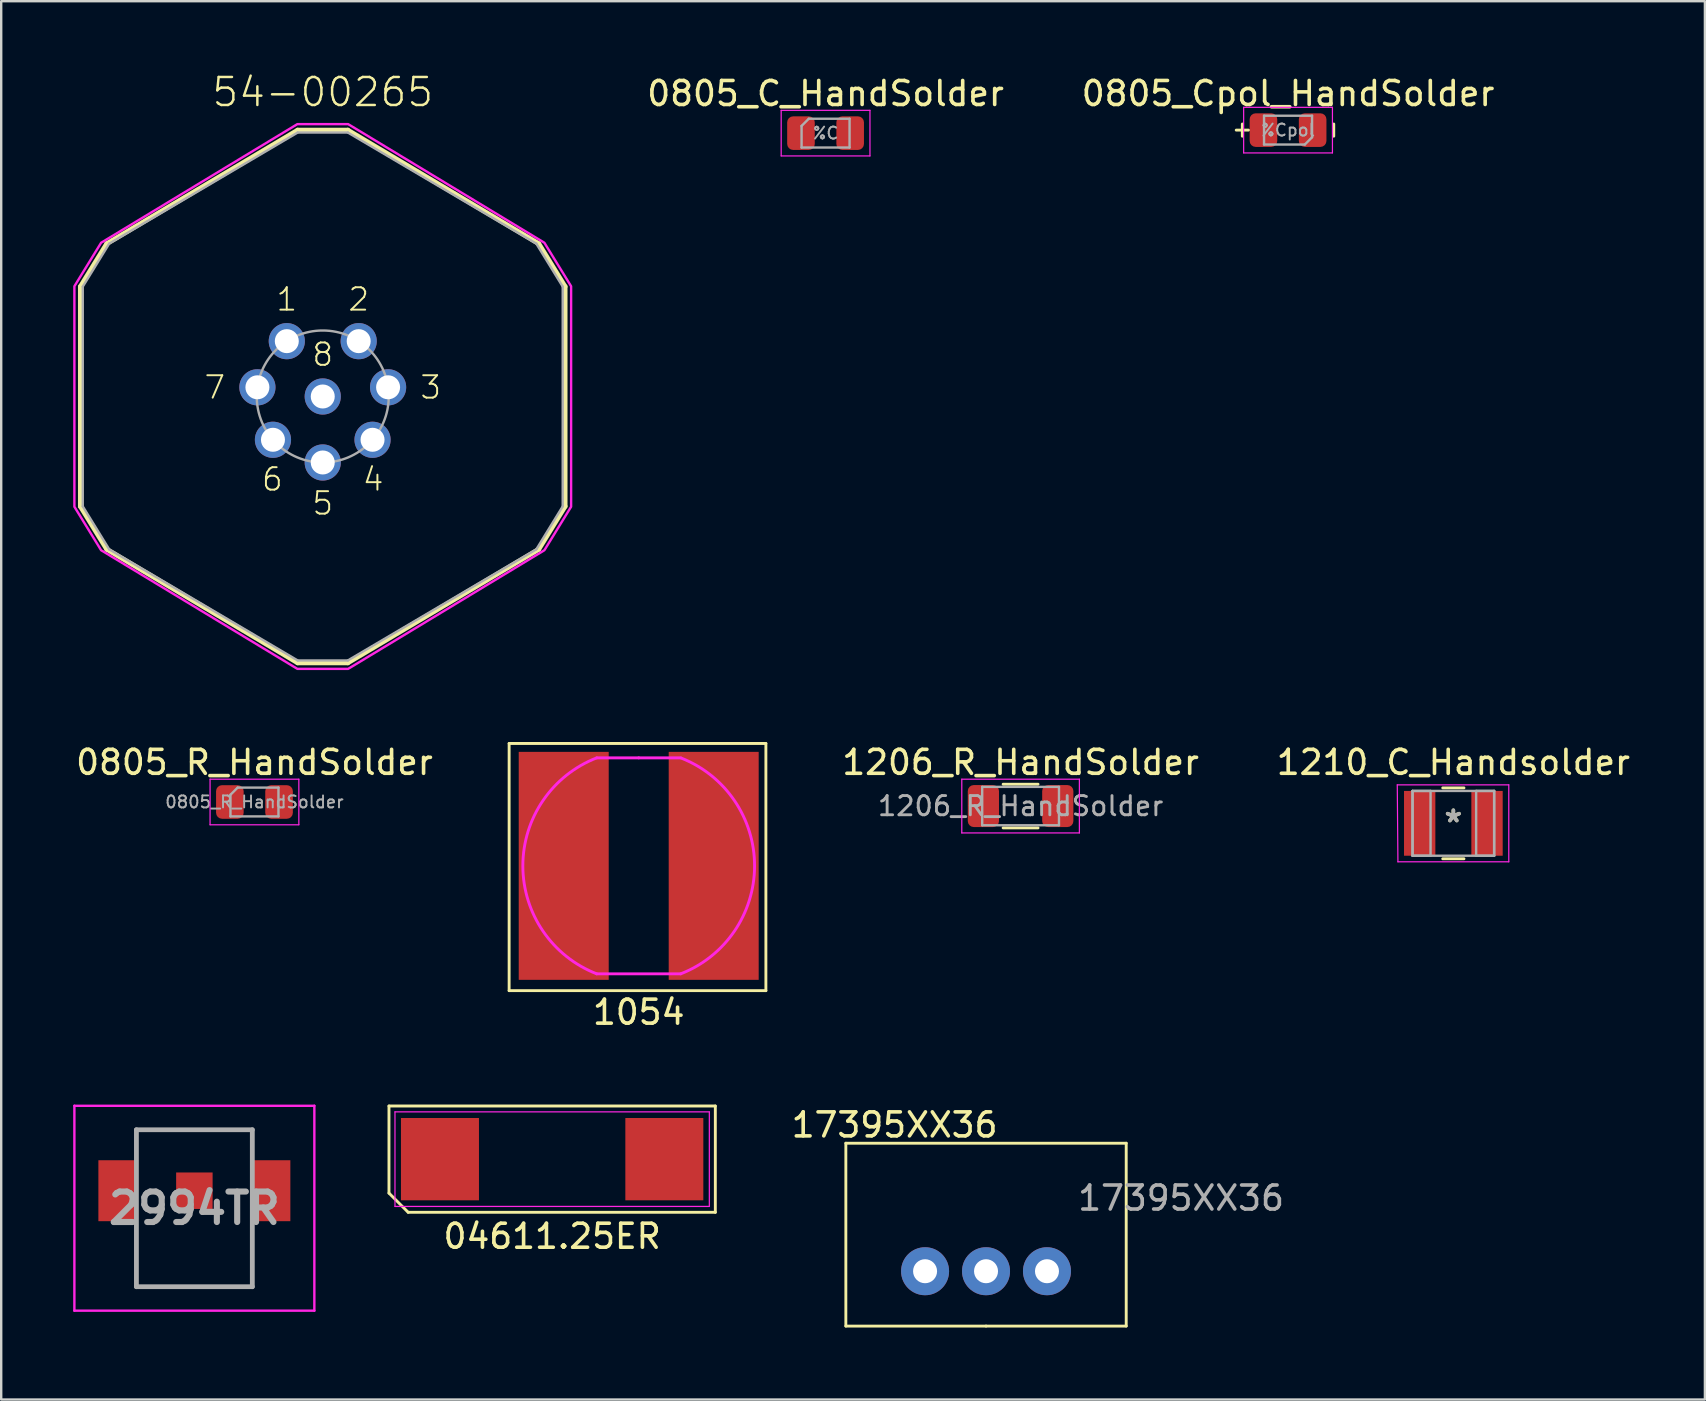
<source format=kicad_pcb>
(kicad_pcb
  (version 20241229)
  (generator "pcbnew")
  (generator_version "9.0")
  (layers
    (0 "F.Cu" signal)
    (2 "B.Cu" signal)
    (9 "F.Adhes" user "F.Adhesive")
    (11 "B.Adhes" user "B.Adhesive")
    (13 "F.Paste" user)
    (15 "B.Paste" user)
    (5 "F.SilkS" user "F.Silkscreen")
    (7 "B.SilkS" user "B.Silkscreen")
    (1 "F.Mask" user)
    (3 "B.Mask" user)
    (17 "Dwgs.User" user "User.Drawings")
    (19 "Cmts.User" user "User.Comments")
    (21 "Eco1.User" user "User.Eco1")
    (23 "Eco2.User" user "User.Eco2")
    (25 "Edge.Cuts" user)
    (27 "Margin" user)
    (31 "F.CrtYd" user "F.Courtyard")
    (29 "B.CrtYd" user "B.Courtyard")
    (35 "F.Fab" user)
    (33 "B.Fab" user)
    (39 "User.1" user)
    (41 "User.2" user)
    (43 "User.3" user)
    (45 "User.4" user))
  (footprint "1054"
    (layer "F.Cu")
    (at 23.567 33.033)
    (property "Reference" "1054" (at 0 6.1 0) (layer "F.SilkS") (effects (font (size 1 1) (thickness 0.15))))
    (attr through_hole)
    (fp_line (start -5.4 -5.1) (end -5.4 5.2) (stroke (width 0.12) (type solid)) (layer "F.SilkS"))
    (fp_line (start -5.4 5.2) (end 5.3 5.2) (stroke (width 0.12) (type solid)) (layer "F.SilkS"))
    (fp_line (start 5.3 -5.1) (end -5.4 -5.1) (stroke (width 0.12) (type solid)) (layer "F.SilkS"))
    (fp_line (start 5.3 5.2) (end 5.3 -5.1) (stroke (width 0.12) (type solid)) (layer "F.SilkS"))
    (fp_line (start -1.75 4.5) (end 1.75 4.5) (stroke (width 0.12) (type solid)) (layer "F.CrtYd"))
    (fp_line (start 0 -4.5) (end -1.75 -4.5) (stroke (width 0.12) (type solid)) (layer "F.CrtYd"))
    (fp_line (start 0 -4.5) (end 1.75 -4.5) (stroke (width 0.12) (type solid)) (layer "F.CrtYd"))
    (fp_arc (start -1.75 4.499999) (mid -4.828301 0) (end -1.749999 -4.499999) (stroke (width 0.12) (type solid)) (layer "F.CrtYd"))
    (fp_arc (start 1.767042 -4.493334) (mid 4.828292 0.00915) (end 1.749999 4.499999) (stroke (width 0.12) (type solid)) (layer "F.CrtYd"))
    (pad "1" smd rect (at -3.125 0) (size 3.75 9.5) (layers "F.Cu" "F.Mask" "F.Paste"))
    (pad "2" smd rect (at 3.125 0) (size 3.75 9.5) (layers "F.Cu" "F.Mask" "F.Paste")))
  (footprint "04611.25ER"
    (layer "F.Cu")
    (at 19.96 45.256)
    (property "Reference" "04611.25ER" (at 0 3.215 0) (layer "F.SilkS") (effects (font (size 1 1) (thickness 0.15))))
    (attr smd)
    (fp_line (start -6.8 -2.215) (end 6.8 -2.215) (stroke (width 0.12) (type solid)) (layer "F.SilkS"))
    (fp_line (start -6.8 1.415) (end -6.8 -2.215) (stroke (width 0.12) (type solid)) (layer "F.SilkS"))
    (fp_line (start -6 2.215) (end -6.8 1.415) (stroke (width 0.12) (type solid)) (layer "F.SilkS"))
    (fp_line (start 6.8 -2.215) (end 6.8 2.215) (stroke (width 0.12) (type solid)) (layer "F.SilkS"))
    (fp_line (start 6.8 2.215) (end -6 2.215) (stroke (width 0.12) (type solid)) (layer "F.SilkS"))
    (fp_line (start -6.55 -1.97) (end 6.55 -1.97) (stroke (width 0.05) (type solid)) (layer "F.CrtYd"))
    (fp_line (start -6.55 1.97) (end -6.55 -1.97) (stroke (width 0.05) (type solid)) (layer "F.CrtYd"))
    (fp_line (start 6.55 -1.97) (end 6.55 1.97) (stroke (width 0.05) (type solid)) (layer "F.CrtYd"))
    (fp_line (start 6.55 1.97) (end -6.55 1.97) (stroke (width 0.05) (type solid)) (layer "F.CrtYd"))
    (pad "1" smd rect (at -4.675 0) (size 3.25 3.43) (layers "F.Cu" "F.Mask" "F.Paste"))
    (pad "2" smd rect (at 4.675 0) (size 3.25 3.43) (layers "F.Cu" "F.Mask" "F.Paste")))
  (footprint "54-00265"
    (layer "F.Cu")
    (at 10.4 13.473)
    (property "Reference" "54-00265" (at 0 -12 0) (layer "F.SilkS") (effects (font (size 1.168 1.168) (thickness 0.102)) (justify bottom)))
    (fp_line (start -10.1 -4.58) (end -10.1 4.58) (stroke (width 0.2) (type solid)) (layer "F.SilkS"))
    (fp_line (start -10.1 -4.58) (end -9 -6.37) (stroke (width 0.2) (type solid)) (layer "F.SilkS"))
    (fp_line (start -10.1 4.58) (end -9 6.37) (stroke (width 0.2) (type solid)) (layer "F.SilkS"))
    (fp_line (start -1.045 -11.1) (end -9 -6.37) (stroke (width 0.2) (type solid)) (layer "F.SilkS"))
    (fp_line (start -1.045 -11.1) (end 1.045 -11.1) (stroke (width 0.2) (type solid)) (layer "F.SilkS"))
    (fp_line (start -1.045 11.1) (end -9 6.37) (stroke (width 0.2) (type solid)) (layer "F.SilkS"))
    (fp_line (start 1.045 -11.1) (end 9 -6.37) (stroke (width 0.2) (type solid)) (layer "F.SilkS"))
    (fp_line (start 1.045 11.1) (end -1.045 11.1) (stroke (width 0.2) (type solid)) (layer "F.SilkS"))
    (fp_line (start 1.045 11.1) (end 9 6.37) (stroke (width 0.2) (type solid)) (layer "F.SilkS"))
    (fp_line (start 10.1 -4.58) (end 9 -6.37) (stroke (width 0.2) (type solid)) (layer "F.SilkS"))
    (fp_line (start 10.1 -4.58) (end 10.1 4.58) (stroke (width 0.2) (type solid)) (layer "F.SilkS"))
    (fp_line (start 10.1 4.58) (end 9 6.37) (stroke (width 0.2) (type solid)) (layer "F.SilkS"))
    (fp_poly (pts (xy 9.236 -6.407) (xy 10.35 -4.594) (xy 10.35 4.594) (xy 9.236 6.407) (xy 1.059 11.35) (xy -1.059 11.35) (xy -9.236 6.407) (xy -10.35 4.594) (xy -10.35 -4.594) (xy -9.236 -6.407) (xy -1.059 -11.35) (xy 1.059 -11.35)) (stroke (width 0.1) (type default)) (fill no) (layer "F.CrtYd"))
    (fp_line (start -10 -4.58) (end -10 4.58) (stroke (width 0.1) (type solid)) (layer "F.Fab"))
    (fp_line (start -10 -4.58) (end -8.9 -6.37) (stroke (width 0.1) (type solid)) (layer "F.Fab"))
    (fp_line (start -10 4.58) (end -8.9 6.37) (stroke (width 0.1) (type solid)) (layer "F.Fab"))
    (fp_line (start -1.045 -11) (end -8.9 -6.37) (stroke (width 0.1) (type solid)) (layer "F.Fab"))
    (fp_line (start -1.045 -11) (end 1.045 -11) (stroke (width 0.1) (type solid)) (layer "F.Fab"))
    (fp_line (start -1.045 11) (end -8.9 6.37) (stroke (width 0.1) (type solid)) (layer "F.Fab"))
    (fp_line (start 1.045 -11) (end 8.9 -6.37) (stroke (width 0.1) (type solid)) (layer "F.Fab"))
    (fp_line (start 1.045 11) (end -1.045 11) (stroke (width 0.1) (type solid)) (layer "F.Fab"))
    (fp_line (start 1.045 11) (end 8.9 6.37) (stroke (width 0.1) (type solid)) (layer "F.Fab"))
    (fp_line (start 10 -4.58) (end 8.9 -6.37) (stroke (width 0.1) (type solid)) (layer "F.Fab"))
    (fp_line (start 10 -4.58) (end 10 4.58) (stroke (width 0.1) (type solid)) (layer "F.Fab"))
    (fp_line (start 10 4.58) (end 8.9 6.37) (stroke (width 0.1) (type solid)) (layer "F.Fab"))
    (fp_circle (center 0 0) (end 2.75 0) (stroke (width 0.1) (type solid)) (fill no) (layer "F.Fab"))
    (fp_text user "7" (at -4 -0.38 0) (layer "F.SilkS") (effects (font (size 0.935 0.935) (thickness 0.081)) (justify right)))
    (fp_text user "8" (at 0 -1.2 0) (layer "F.SilkS") (effects (font (size 0.935 0.935) (thickness 0.081)) (justify bottom)))
    (fp_text user "3" (at 4 -0.38 0) (layer "F.SilkS") (effects (font (size 0.935 0.935) (thickness 0.081)) (justify left)))
    (fp_text user "2" (at 1.5 -3.5 0) (layer "F.SilkS") (effects (font (size 0.935 0.935) (thickness 0.081)) (justify bottom)))
    (fp_text user "6" (at -2.1 4 0) (layer "F.SilkS") (effects (font (size 0.935 0.935) (thickness 0.081)) (justify bottom)))
    (fp_text user "4" (at 2.1 4 0) (layer "F.SilkS") (effects (font (size 0.935 0.935) (thickness 0.081)) (justify bottom)))
    (fp_text user "5" (at 0 5 0) (layer "F.SilkS") (effects (font (size 0.935 0.935) (thickness 0.081)) (justify bottom)))
    (fp_text user "1" (at -1.5 -3.5 0) (layer "F.SilkS") (effects (font (size 0.935 0.935) (thickness 0.081)) (justify bottom)))
    (pad "1" thru_hole circle (at -1.498 -2.306 180) (size 1.508 1.508) (drill 1) (layers "*.Cu" "*.Mask"))
    (pad "2" thru_hole circle (at 1.498 -2.306 180) (size 1.508 1.508) (drill 1) (layers "*.Cu" "*.Mask"))
    (pad "3" thru_hole circle (at 2.723 -0.383 180) (size 1.508 1.508) (drill 1) (layers "*.Cu" "*.Mask"))
    (pad "4" thru_hole circle (at 2.075 1.804 180) (size 1.508 1.508) (drill 1) (layers "*.Cu" "*.Mask"))
    (pad "5" thru_hole circle (at 0 2.75) (size 1.508 1.508) (drill 1) (layers "*.Cu" "*.Mask"))
    (pad "6" thru_hole circle (at -2.075 1.804 180) (size 1.508 1.508) (drill 1) (layers "*.Cu" "*.Mask"))
    (pad "7" thru_hole circle (at -2.723 -0.383 180) (size 1.508 1.508) (drill 1) (layers "*.Cu" "*.Mask"))
    (pad "8" thru_hole circle (at 0 0) (size 1.508 1.508) (drill 1) (layers "*.Cu" "*.Mask")))
  (footprint "0805_R_HandSolder"
    (layer "F.Cu")
    (at 7.554 30.371)
    (property "Reference" "0805_R_HandSolder" (at 0 -1.65 0) (layer "F.SilkS") (effects (font (size 1 1) (thickness 0.15))))
    (attr smd)
    (fp_line (start -1.85 -0.95) (end 1.85 -0.95) (stroke (width 0.05) (type solid)) (layer "F.CrtYd"))
    (fp_line (start -1.85 0.95) (end -1.85 -0.95) (stroke (width 0.05) (type solid)) (layer "F.CrtYd"))
    (fp_line (start 1.85 -0.95) (end 1.85 0.95) (stroke (width 0.05) (type solid)) (layer "F.CrtYd"))
    (fp_line (start 1.85 0.95) (end -1.85 0.95) (stroke (width 0.05) (type solid)) (layer "F.CrtYd"))
    (fp_line (start -1 -0.3) (end -1 0.6) (stroke (width 0.1) (type solid)) (layer "F.Fab"))
    (fp_line (start -1 0.6) (end 1 0.6) (stroke (width 0.1) (type solid)) (layer "F.Fab"))
    (fp_line (start -0.7 -0.6) (end -1 -0.3) (stroke (width 0.1) (type solid)) (layer "F.Fab"))
    (fp_line (start 1 -0.6) (end -0.7 -0.6) (stroke (width 0.1) (type solid)) (layer "F.Fab"))
    (fp_line (start 1 0.6) (end 1 -0.6) (stroke (width 0.1) (type solid)) (layer "F.Fab"))
    (fp_text user "${REFERENCE}" (at 0 0 0) (layer "F.Fab") (effects (font (size 0.5 0.5) (thickness 0.08))))
    (pad "1" smd roundrect (at -1.025 0) (size 1.15 1.4) (layers "F.Cu" "F.Mask" "F.Paste") (roundrect_rratio 0.217))
    (pad "2" smd roundrect (at 1.025 0) (size 1.15 1.4) (layers "F.Cu" "F.Mask" "F.Paste") (roundrect_rratio 0.217)))
  (footprint "0805_Cpol_HandSolder"
    (layer "F.Cu")
    (at 50.627 2.372)
    (property "Reference" "0805_Cpol_HandSolder" (at 0 -1.524 180) (layer "F.SilkS") (effects (font (size 1 1) (thickness 0.15))))
    (attr smd)
    (fp_line (start -1.905 0.254) (end -1.905 -0.254) (stroke (width 0.12) (type solid)) (layer "F.SilkS"))
    (fp_line (start -1.651 0) (end -2.159 0) (stroke (width 0.12) (type solid)) (layer "F.SilkS"))
    (fp_line (start 1.905 0.254) (end 1.905 -0.254) (stroke (width 0.12) (type solid)) (layer "F.SilkS"))
    (fp_line (start -1.85 -0.95) (end 1.85 -0.95) (stroke (width 0.05) (type solid)) (layer "F.CrtYd"))
    (fp_line (start -1.85 0.95) (end -1.85 -0.95) (stroke (width 0.05) (type solid)) (layer "F.CrtYd"))
    (fp_line (start 1.85 -0.95) (end 1.85 0.95) (stroke (width 0.05) (type solid)) (layer "F.CrtYd"))
    (fp_line (start 1.85 0.95) (end -1.85 0.95) (stroke (width 0.05) (type solid)) (layer "F.CrtYd"))
    (fp_line (start -1 -0.6) (end -1 0.6) (stroke (width 0.1) (type solid)) (layer "F.Fab"))
    (fp_line (start -1 0.6) (end 0.7 0.6) (stroke (width 0.1) (type solid)) (layer "F.Fab"))
    (fp_line (start 0.7 0.6) (end 1 0.3) (stroke (width 0.1) (type solid)) (layer "F.Fab"))
    (fp_line (start 1 -0.6) (end -1 -0.6) (stroke (width 0.1) (type solid)) (layer "F.Fab"))
    (fp_line (start 1 0.3) (end 1 -0.6) (stroke (width 0.1) (type solid)) (layer "F.Fab"))
    (fp_text user "%Cpol" (at 0 0 180) (layer "F.Fab") (effects (font (size 0.5 0.5) (thickness 0.08))))
    (pad "1" smd roundrect (at -1.025 0 180) (size 1.15 1.4) (layers "F.Cu" "F.Mask" "F.Paste") (roundrect_rratio 0.217))
    (pad "2" smd roundrect (at 1.025 0 180) (size 1.15 1.4) (layers "F.Cu" "F.Mask" "F.Paste") (roundrect_rratio 0.217)))
  (footprint "17395XX36"
    (layer "F.Cu")
    (at 38.295 48.148)
    (property "Reference" "17395XX36" (at -4.064 -4.318 0) (unlocked yes) (layer "F.SilkS") (effects (font (size 1 1) (thickness 0.15))))
    (attr through_hole)
    (fp_line (start -6.096 -3.556) (end -6.096 4.064) (stroke (width 0.12) (type solid)) (layer "F.SilkS"))
    (fp_line (start -0.254 4.064) (end -6.096 4.064) (stroke (width 0.12) (type solid)) (layer "F.SilkS"))
    (fp_line (start -0.254 4.064) (end 5.588 4.064) (stroke (width 0.12) (type solid)) (layer "F.SilkS"))
    (fp_line (start 5.588 -3.556) (end -6.096 -3.556) (stroke (width 0.12) (type solid)) (layer "F.SilkS"))
    (fp_line (start 5.588 4.064) (end 5.588 -3.556) (stroke (width 0.12) (type solid)) (layer "F.SilkS"))
    (fp_text user "${REFERENCE}" (at 7.874 -1.27 0) (unlocked yes) (layer "F.Fab") (effects (font (size 1 1) (thickness 0.15))))
    (pad "1" thru_hole circle (at -2.794 1.778) (size 2 2) (drill 1) (layers "*.Cu" "*.Mask"))
    (pad "2" thru_hole circle (at -0.254 1.778) (size 2 2) (drill 1) (layers "*.Cu" "*.Mask"))
    (pad "3" thru_hole circle (at 2.286 1.778) (size 2 2) (drill 1) (layers "*.Cu" "*.Mask")))
  (footprint "1206_R_HandSolder"
    (layer "F.Cu")
    (at 39.481 30.541)
    (property "Reference" "1206_R_HandSolder" (at 0 -1.82 0) (layer "F.SilkS") (effects (font (size 1 1) (thickness 0.15))))
    (attr smd)
    (fp_line (start -0.727 -0.91) (end 0.727 -0.91) (stroke (width 0.12) (type solid)) (layer "F.SilkS"))
    (fp_line (start -0.727 0.91) (end 0.727 0.91) (stroke (width 0.12) (type solid)) (layer "F.SilkS"))
    (fp_line (start -2.45 -1.12) (end 2.45 -1.12) (stroke (width 0.05) (type solid)) (layer "F.CrtYd"))
    (fp_line (start -2.45 1.12) (end -2.45 -1.12) (stroke (width 0.05) (type solid)) (layer "F.CrtYd"))
    (fp_line (start 2.45 -1.12) (end 2.45 1.12) (stroke (width 0.05) (type solid)) (layer "F.CrtYd"))
    (fp_line (start 2.45 1.12) (end -2.45 1.12) (stroke (width 0.05) (type solid)) (layer "F.CrtYd"))
    (fp_line (start -1.6 -0.8) (end 1.6 -0.8) (stroke (width 0.1) (type solid)) (layer "F.Fab"))
    (fp_line (start -1.6 0.8) (end -1.6 -0.8) (stroke (width 0.1) (type solid)) (layer "F.Fab"))
    (fp_line (start 1.6 -0.8) (end 1.6 0.8) (stroke (width 0.1) (type solid)) (layer "F.Fab"))
    (fp_line (start 1.6 0.8) (end -1.6 0.8) (stroke (width 0.1) (type solid)) (layer "F.Fab"))
    (fp_text user "${REFERENCE}" (at 0 0 0) (layer "F.Fab") (effects (font (size 0.8 0.8) (thickness 0.12))))
    (pad "1" smd roundrect (at -1.55 0) (size 1.3 1.75) (layers "F.Cu" "F.Mask" "F.Paste") (roundrect_rratio 0.192))
    (pad "2" smd roundrect (at 1.55 0) (size 1.3 1.75) (layers "F.Cu" "F.Mask" "F.Paste") (roundrect_rratio 0.192)))
  (footprint "0805_C_HandSolder"
    (layer "F.Cu")
    (at 31.354 2.498)
    (property "Reference" "0805_C_HandSolder" (at 0 -1.65 0) (layer "F.SilkS") (effects (font (size 1 1) (thickness 0.15))))
    (attr smd)
    (fp_line (start -1.85 -0.95) (end 1.85 -0.95) (stroke (width 0.05) (type solid)) (layer "F.CrtYd"))
    (fp_line (start -1.85 0.95) (end -1.85 -0.95) (stroke (width 0.05) (type solid)) (layer "F.CrtYd"))
    (fp_line (start 1.85 -0.95) (end 1.85 0.95) (stroke (width 0.05) (type solid)) (layer "F.CrtYd"))
    (fp_line (start 1.85 0.95) (end -1.85 0.95) (stroke (width 0.05) (type solid)) (layer "F.CrtYd"))
    (fp_line (start -1 -0.3) (end -1 0.6) (stroke (width 0.1) (type solid)) (layer "F.Fab"))
    (fp_line (start -1 0.6) (end 1 0.6) (stroke (width 0.1) (type solid)) (layer "F.Fab"))
    (fp_line (start -0.7 -0.6) (end -1 -0.3) (stroke (width 0.1) (type solid)) (layer "F.Fab"))
    (fp_line (start 1 -0.6) (end -0.7 -0.6) (stroke (width 0.1) (type solid)) (layer "F.Fab"))
    (fp_line (start 1 0.6) (end 1 -0.6) (stroke (width 0.1) (type solid)) (layer "F.Fab"))
    (fp_text user "%C" (at 0 0 0) (layer "F.Fab") (effects (font (size 0.5 0.5) (thickness 0.08))))
    (pad "1" smd roundrect (at -1.025 0) (size 1.15 1.4) (layers "F.Cu" "F.Mask" "F.Paste") (roundrect_rratio 0.217))
    (pad "2" smd roundrect (at 1.025 0) (size 1.15 1.4) (layers "F.Cu" "F.Mask" "F.Paste") (roundrect_rratio 0.217)))
  (footprint "1210_C_Handsolder"
    (layer "F.Cu")
    (at 57.516 31.261)
    (property "Reference" "1210_C_Handsolder" (at 0 -2.54 0) (layer "F.SilkS") (effects (font (size 1 1) (thickness 0.15))))
    (attr through_hole)
    (fp_line (start -0.442 1.477) (end 0.442 1.477) (stroke (width 0.12) (type solid)) (layer "F.SilkS"))
    (fp_line (start 0.442 -1.477) (end -0.442 -1.477) (stroke (width 0.12) (type solid)) (layer "F.SilkS"))
    (fp_line (start -2.337 -1.604) (end 2.31 -1.604) (stroke (width 0.05) (type solid)) (layer "F.CrtYd"))
    (fp_line (start -2.31 1.604) (end -2.337 -1.604) (stroke (width 0.05) (type solid)) (layer "F.CrtYd"))
    (fp_line (start 2.31 -1.604) (end 2.31 1.604) (stroke (width 0.05) (type solid)) (layer "F.CrtYd"))
    (fp_line (start 2.31 1.604) (end -2.31 1.604) (stroke (width 0.05) (type solid)) (layer "F.CrtYd"))
    (fp_line (start -1.7 -1.35) (end -1.7 1.35) (stroke (width 0.1) (type solid)) (layer "F.Fab"))
    (fp_line (start -1.7 -1.35) (end -1.7 1.35) (stroke (width 0.1) (type solid)) (layer "F.Fab"))
    (fp_line (start -1.7 1.35) (end -0.95 1.35) (stroke (width 0.1) (type solid)) (layer "F.Fab"))
    (fp_line (start -1.7 1.35) (end 1.7 1.35) (stroke (width 0.1) (type solid)) (layer "F.Fab"))
    (fp_line (start -0.95 -1.35) (end -1.7 -1.35) (stroke (width 0.1) (type solid)) (layer "F.Fab"))
    (fp_line (start -0.95 1.35) (end -0.95 -1.35) (stroke (width 0.1) (type solid)) (layer "F.Fab"))
    (fp_line (start 0.95 -1.35) (end 0.95 1.35) (stroke (width 0.1) (type solid)) (layer "F.Fab"))
    (fp_line (start 0.95 1.35) (end 1.7 1.35) (stroke (width 0.1) (type solid)) (layer "F.Fab"))
    (fp_line (start 1.7 -1.35) (end -1.7 -1.35) (stroke (width 0.1) (type solid)) (layer "F.Fab"))
    (fp_line (start 1.7 -1.35) (end 0.95 -1.35) (stroke (width 0.1) (type solid)) (layer "F.Fab"))
    (fp_line (start 1.7 1.35) (end 1.7 -1.35) (stroke (width 0.1) (type solid)) (layer "F.Fab"))
    (fp_line (start 1.7 1.35) (end 1.7 -1.35) (stroke (width 0.1) (type solid)) (layer "F.Fab"))
    (fp_text user "*" (at 0 0 0) (layer "F.SilkS") (effects (font (size 1 1) (thickness 0.15))))
    (fp_text user "*" (at 0 0 0) (layer "F.Fab") (effects (font (size 1 1) (thickness 0.15))))
    (pad "1" smd rect (at -1.403 0) (size 1.306 2.7) (layers "F.Cu" "F.Mask" "F.Paste"))
    (pad "2" smd rect (at 1.403 0) (size 1.306 2.7) (layers "F.Cu" "F.Mask" "F.Paste")))
  (footprint "2994TR"
    (layer "F.Cu")
    (at 5.05 46.571)
    (property "Reference" "2994TR" (at 0 0.73 0) (layer "F.SilkS") (effects (font (size 1.27 1.27) (thickness 0.15))))
    (attr smd)
    (fp_line (start -2.415 -2.54) (end 2.415 -2.54) (stroke (width 0.1) (type solid)) (layer "F.SilkS"))
    (fp_line (start -2.415 2) (end -2.415 4) (stroke (width 0.1) (type solid)) (layer "F.SilkS"))
    (fp_line (start -2.415 4) (end 2.415 4) (stroke (width 0.1) (type solid)) (layer "F.SilkS"))
    (fp_line (start 2.415 4) (end 2.415 2) (stroke (width 0.1) (type solid)) (layer "F.SilkS"))
    (fp_line (start -5 -3.54) (end 5 -3.54) (stroke (width 0.1) (type solid)) (layer "F.CrtYd"))
    (fp_line (start -5 5) (end -5 -3.54) (stroke (width 0.1) (type solid)) (layer "F.CrtYd"))
    (fp_line (start 5 -3.54) (end 5 5) (stroke (width 0.1) (type solid)) (layer "F.CrtYd"))
    (fp_line (start 5 5) (end -5 5) (stroke (width 0.1) (type solid)) (layer "F.CrtYd"))
    (fp_line (start -2.415 -2.54) (end 2.415 -2.54) (stroke (width 0.2) (type solid)) (layer "F.Fab"))
    (fp_line (start -2.415 4) (end -2.415 -2.54) (stroke (width 0.2) (type solid)) (layer "F.Fab"))
    (fp_line (start 2.415 -2.54) (end 2.415 4) (stroke (width 0.2) (type solid)) (layer "F.Fab"))
    (fp_line (start 2.415 4) (end -2.415 4) (stroke (width 0.2) (type solid)) (layer "F.Fab"))
    (fp_text user "${REFERENCE}" (at 0 0.73 0) (layer "F.Fab") (effects (font (size 1.27 1.27) (thickness 0.254))))
    (pad "1" smd rect (at -3.24 0) (size 1.52 2.54) (layers "F.Cu" "F.Mask" "F.Paste"))
    (pad "2" smd rect (at 3.24 0) (size 1.52 2.54) (layers "F.Cu" "F.Mask" "F.Paste"))
    (pad "3" smd rect (at 0 0) (size 1.52 1.52) (layers "F.Cu" "F.Mask" "F.Paste")))
  (gr_rect
    (start -3 -3)
    (end 67.999 55.272)
    (stroke (width 0.1) (type default))
    (fill no)
    (layer "Edge.Cuts")))
</source>
